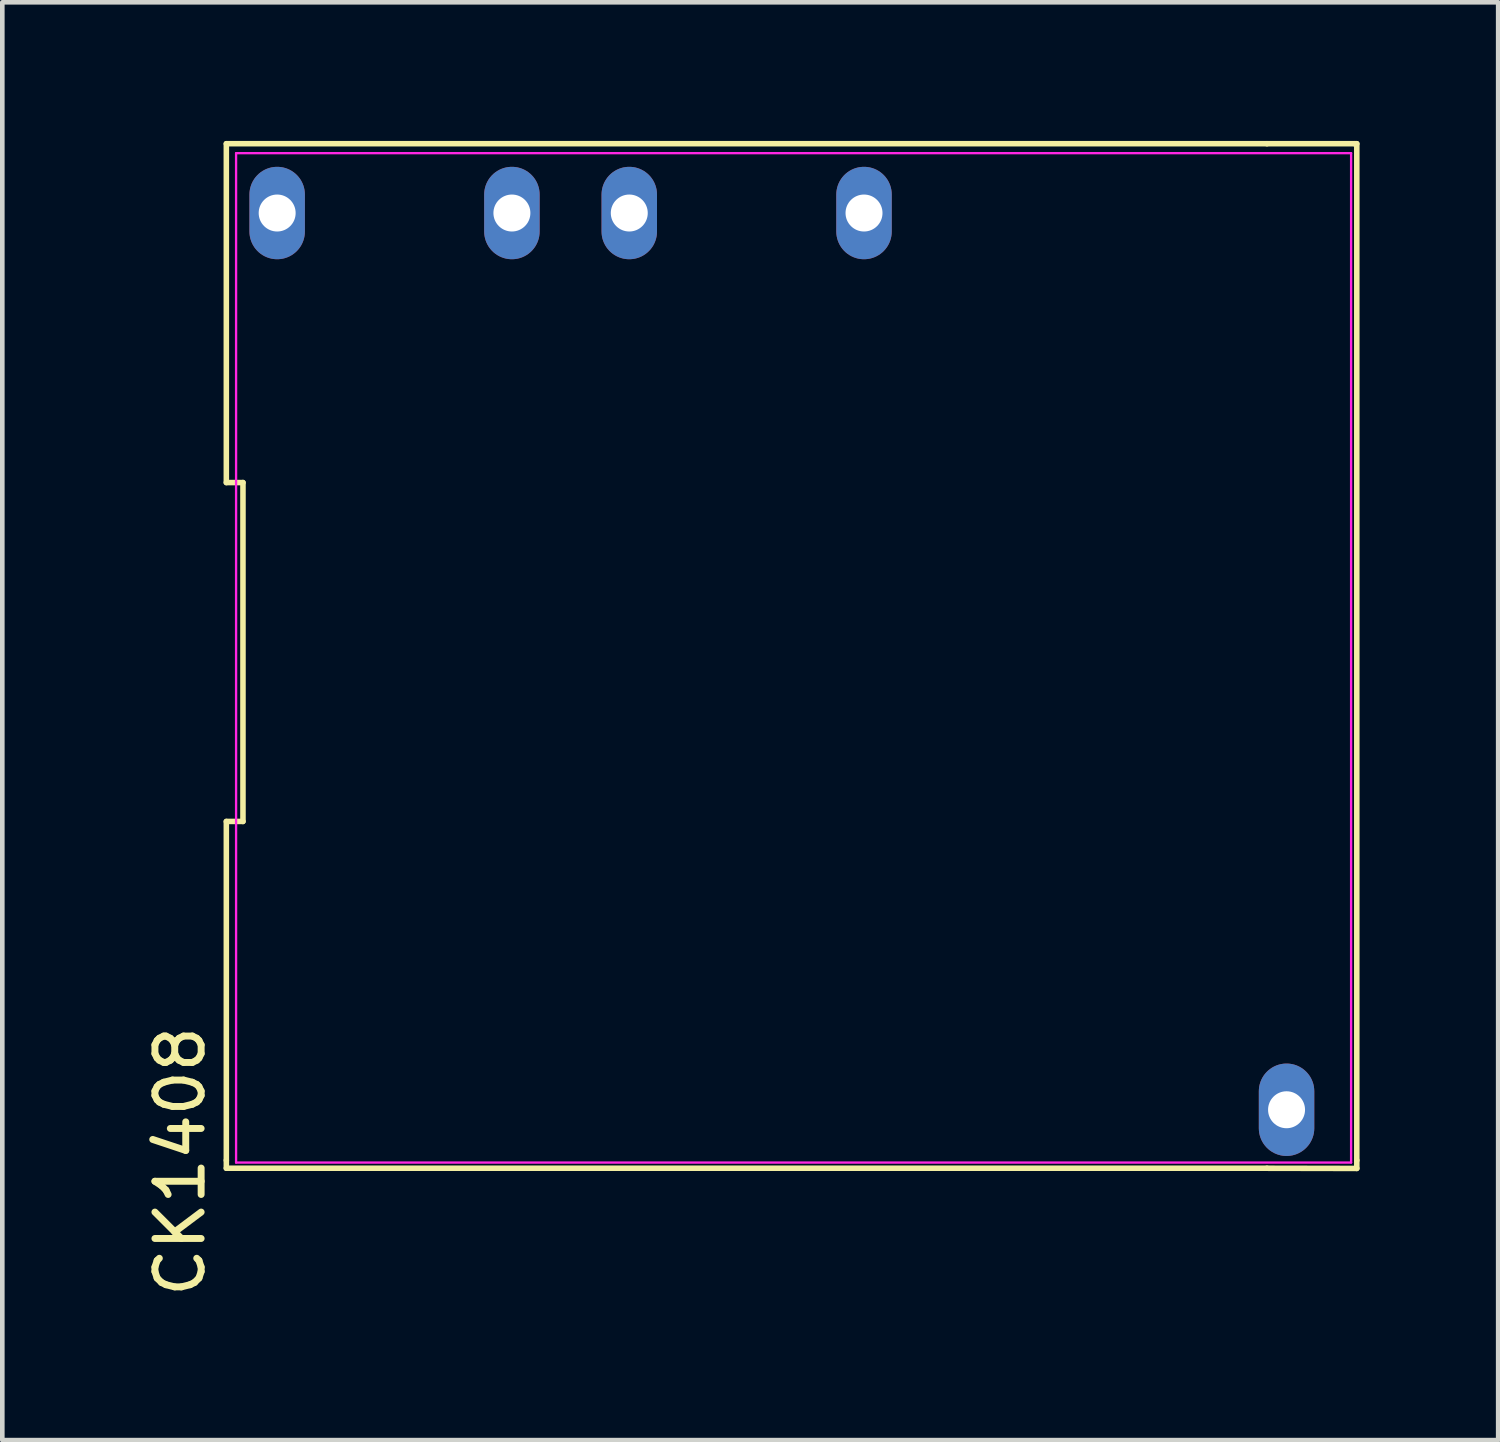
<source format=kicad_pcb>
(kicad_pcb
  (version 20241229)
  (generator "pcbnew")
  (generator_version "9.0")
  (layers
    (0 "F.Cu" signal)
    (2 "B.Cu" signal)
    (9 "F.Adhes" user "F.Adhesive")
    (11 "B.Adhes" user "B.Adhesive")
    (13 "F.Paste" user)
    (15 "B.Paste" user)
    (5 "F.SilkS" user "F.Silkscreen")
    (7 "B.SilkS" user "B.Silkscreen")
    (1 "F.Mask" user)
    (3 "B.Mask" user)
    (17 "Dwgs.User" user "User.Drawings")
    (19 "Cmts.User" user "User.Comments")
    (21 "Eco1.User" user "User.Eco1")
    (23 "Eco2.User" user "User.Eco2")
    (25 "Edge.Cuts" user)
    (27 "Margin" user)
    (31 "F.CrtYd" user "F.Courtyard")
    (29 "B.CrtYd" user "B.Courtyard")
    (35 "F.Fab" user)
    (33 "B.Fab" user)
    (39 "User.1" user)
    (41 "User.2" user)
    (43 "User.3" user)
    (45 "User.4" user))
  (footprint "CK1408"
    (layer "F.Cu")
    (at 13.108 11.06)
    (property "Reference" "CK1408" (at -12.26 11.025 90) (layer "F.SilkS") (effects (font (size 1 1) (thickness 0.15))))
    (fp_line (start -11.26 -11) (end -11.26 -3.667) (stroke (width 0.12) (type solid)) (layer "F.SilkS"))
    (fp_line (start -11.26 -3.667) (end -10.9 -3.667) (stroke (width 0.12) (type solid)) (layer "F.SilkS"))
    (fp_line (start -11.26 3.667) (end -11.26 11) (stroke (width 0.12) (type solid)) (layer "F.SilkS"))
    (fp_line (start -11.26 11) (end -11.26 11.172) (stroke (width 0.12) (type solid)) (layer "F.SilkS"))
    (fp_line (start -11.26 11.172) (end 11.26 11.172) (stroke (width 0.12) (type solid)) (layer "F.SilkS"))
    (fp_line (start -10.9 -3.667) (end -10.9 3.667) (stroke (width 0.12) (type solid)) (layer "F.SilkS"))
    (fp_line (start -10.9 3.667) (end -11.26 3.667) (stroke (width 0.12) (type solid)) (layer "F.SilkS"))
    (fp_line (start 11.26 -11) (end -11.26 -11) (stroke (width 0.12) (type solid)) (layer "F.SilkS"))
    (fp_line (start 11.26 -11) (end 13.157 -11) (stroke (width 0.12) (type solid)) (layer "F.SilkS"))
    (fp_line (start 11.26 11.172) (end 13.204 11.176) (stroke (width 0.12) (type solid)) (layer "F.SilkS"))
    (fp_line (start 13.157 -11) (end 13.204 -11) (stroke (width 0.12) (type solid)) (layer "F.SilkS"))
    (fp_line (start 13.204 11) (end 13.204 -11) (stroke (width 0.12) (type solid)) (layer "F.SilkS"))
    (fp_line (start 13.204 11) (end 13.204 11.176) (stroke (width 0.12) (type solid)) (layer "F.SilkS"))
    (fp_line (start -11.049 -10.795) (end 13.081 -10.795) (stroke (width 0.05) (type solid)) (layer "F.CrtYd"))
    (fp_line (start -11.049 11.049) (end -11.049 -10.795) (stroke (width 0.05) (type solid)) (layer "F.CrtYd"))
    (fp_line (start 13.081 -10.795) (end 13.081 11.049) (stroke (width 0.05) (type solid)) (layer "F.CrtYd"))
    (fp_line (start 13.081 11.049) (end -11.049 11.049) (stroke (width 0.05) (type solid)) (layer "F.CrtYd"))
    (pad "1" thru_hole oval (at -10.16 -9.5) (size 1.2 2) (drill 0.8) (layers "*.Cu" "*.Mask"))
    (pad "2" thru_hole oval (at -5.08 -9.5) (size 1.2 2) (drill 0.8) (layers "*.Cu" "*.Mask"))
    (pad "3" thru_hole oval (at -2.54 -9.5) (size 1.2 2) (drill 0.8) (layers "*.Cu" "*.Mask"))
    (pad "4" thru_hole oval (at 2.54 -9.5) (size 1.2 2) (drill 0.8) (layers "*.Cu" "*.Mask"))
    (pad "5" thru_hole oval (at 11.684 9.906) (size 1.2 2) (drill 0.8) (layers "*.Cu" "*.Mask")))
  (gr_rect
    (start -3 -3)
    (end 29.372 28.115)
    (stroke (width 0.1) (type default))
    (fill no)
    (layer "Edge.Cuts")))
</source>
